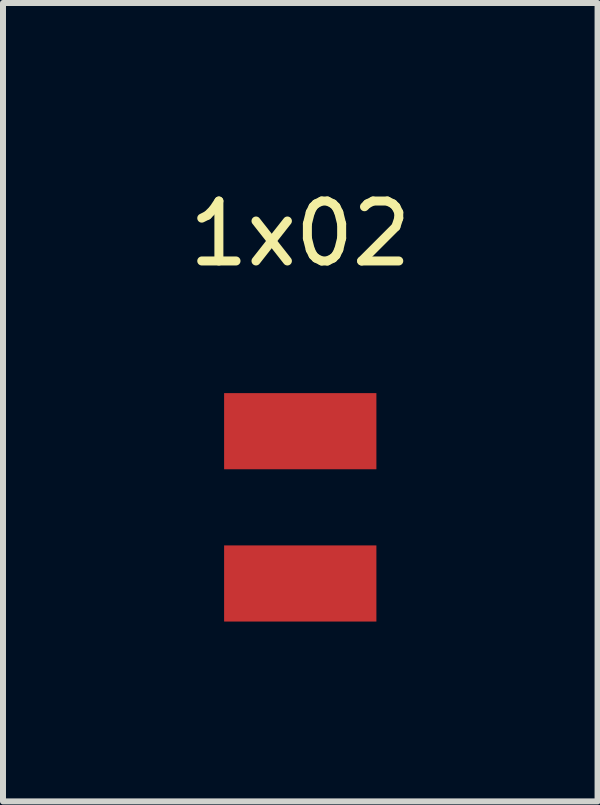
<source format=kicad_pcb>
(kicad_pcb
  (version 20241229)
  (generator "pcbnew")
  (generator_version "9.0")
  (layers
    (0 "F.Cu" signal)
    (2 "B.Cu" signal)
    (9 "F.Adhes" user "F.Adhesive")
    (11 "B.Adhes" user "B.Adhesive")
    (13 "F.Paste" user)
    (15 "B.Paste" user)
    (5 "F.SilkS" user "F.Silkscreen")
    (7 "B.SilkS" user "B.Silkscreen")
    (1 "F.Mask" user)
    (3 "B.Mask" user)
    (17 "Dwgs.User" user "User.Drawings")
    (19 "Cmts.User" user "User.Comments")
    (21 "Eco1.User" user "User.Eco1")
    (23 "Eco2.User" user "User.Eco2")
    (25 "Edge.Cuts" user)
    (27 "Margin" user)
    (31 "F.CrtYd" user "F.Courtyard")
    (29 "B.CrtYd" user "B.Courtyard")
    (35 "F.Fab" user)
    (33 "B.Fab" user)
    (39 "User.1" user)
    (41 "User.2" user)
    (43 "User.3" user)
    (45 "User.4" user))
  (footprint "1x02"
    (layer "F.Cu")
    (at 1.958 1.348)
    (property "Reference" "1x02" (at 0 -0.5 0) (unlocked yes) (layer "F.SilkS") (effects (font (size 1 1) (thickness 0.15))))
    (attr smd)
    (pad "1" smd rect (at 0 2.794) (size 2.54 1.27) (layers "F.Cu" "F.Mask" "F.Paste"))
    (pad "2" smd rect (at 0 5.334) (size 2.54 1.27) (layers "F.Cu" "F.Mask" "F.Paste")))
  (gr_rect
    (start -3 -3)
    (end 6.917 10.317)
    (stroke (width 0.1) (type default))
    (fill no)
    (layer "Edge.Cuts")))
</source>
